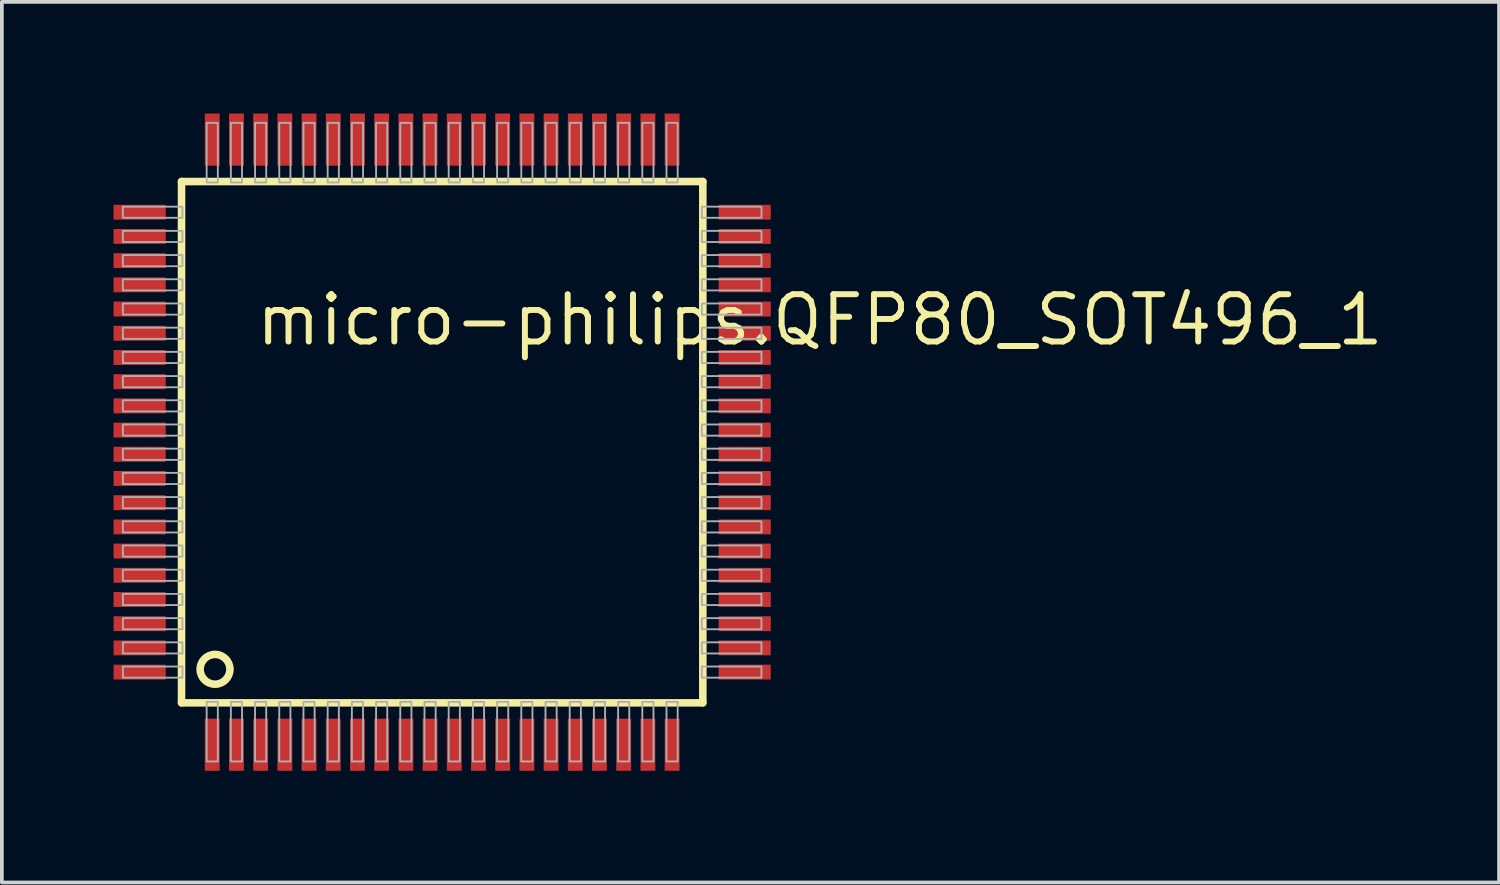
<source format=kicad_pcb>
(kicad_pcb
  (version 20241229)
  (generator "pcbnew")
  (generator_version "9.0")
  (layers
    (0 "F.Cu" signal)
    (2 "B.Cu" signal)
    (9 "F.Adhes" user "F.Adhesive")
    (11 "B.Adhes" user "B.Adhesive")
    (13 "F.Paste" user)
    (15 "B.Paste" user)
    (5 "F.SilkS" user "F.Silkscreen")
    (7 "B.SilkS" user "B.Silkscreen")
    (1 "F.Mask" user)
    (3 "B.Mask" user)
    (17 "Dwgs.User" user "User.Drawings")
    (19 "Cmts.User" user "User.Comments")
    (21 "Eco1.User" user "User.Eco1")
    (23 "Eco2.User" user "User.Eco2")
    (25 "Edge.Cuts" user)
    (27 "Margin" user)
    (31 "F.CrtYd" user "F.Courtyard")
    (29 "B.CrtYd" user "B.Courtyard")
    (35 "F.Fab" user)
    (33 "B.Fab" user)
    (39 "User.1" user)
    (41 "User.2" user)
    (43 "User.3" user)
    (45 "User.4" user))
  (footprint "micro-philips.QFP80_SOT496_1"
    (layer "F.Cu")
    (at 8.825 8.825)
    (property "Reference" "micro-philips.QFP80_SOT496_1" (at -5.08 -2.54 0) (layer "F.SilkS") (effects (font (size 1.27 1.27) (thickness 0.16)) (justify left bottom)))
    (attr smd)
    (fp_line (start -7 -7) (end 7 -7) (stroke (width 0.203) (type default)) (layer "F.SilkS"))
    (fp_line (start -7 7) (end -7 -7) (stroke (width 0.203) (type default)) (layer "F.SilkS"))
    (fp_line (start 7 -7) (end 7 7) (stroke (width 0.203) (type default)) (layer "F.SilkS"))
    (fp_line (start 7 7) (end -7 7) (stroke (width 0.203) (type default)) (layer "F.SilkS"))
    (fp_circle (center -6.1 6.1) (end -5.7 6.1) (stroke (width 0.203) (type default)) (fill no) (layer "F.SilkS"))
    (fp_rect (start -8.575 -6.025) (end -6.975 -6.325) (stroke (width 0.05) (type default)) (fill no) (layer "F.Fab"))
    (fp_rect (start -8.575 -5.375) (end -6.975 -5.675) (stroke (width 0.05) (type default)) (fill no) (layer "F.Fab"))
    (fp_rect (start -8.575 -4.725) (end -6.975 -5.025) (stroke (width 0.05) (type default)) (fill no) (layer "F.Fab"))
    (fp_rect (start -8.575 -4.075) (end -6.975 -4.375) (stroke (width 0.05) (type default)) (fill no) (layer "F.Fab"))
    (fp_rect (start -8.575 -3.425) (end -6.975 -3.725) (stroke (width 0.05) (type default)) (fill no) (layer "F.Fab"))
    (fp_rect (start -8.575 -2.775) (end -6.975 -3.075) (stroke (width 0.05) (type default)) (fill no) (layer "F.Fab"))
    (fp_rect (start -8.575 -2.125) (end -6.975 -2.425) (stroke (width 0.05) (type default)) (fill no) (layer "F.Fab"))
    (fp_rect (start -8.575 -1.475) (end -6.975 -1.775) (stroke (width 0.05) (type default)) (fill no) (layer "F.Fab"))
    (fp_rect (start -8.575 -0.825) (end -6.975 -1.125) (stroke (width 0.05) (type default)) (fill no) (layer "F.Fab"))
    (fp_rect (start -8.575 -0.175) (end -6.975 -0.475) (stroke (width 0.05) (type default)) (fill no) (layer "F.Fab"))
    (fp_rect (start -8.575 0.475) (end -6.975 0.175) (stroke (width 0.05) (type default)) (fill no) (layer "F.Fab"))
    (fp_rect (start -8.575 1.125) (end -6.975 0.825) (stroke (width 0.05) (type default)) (fill no) (layer "F.Fab"))
    (fp_rect (start -8.575 1.775) (end -6.975 1.475) (stroke (width 0.05) (type default)) (fill no) (layer "F.Fab"))
    (fp_rect (start -8.575 2.425) (end -6.975 2.125) (stroke (width 0.05) (type default)) (fill no) (layer "F.Fab"))
    (fp_rect (start -8.575 3.075) (end -6.975 2.775) (stroke (width 0.05) (type default)) (fill no) (layer "F.Fab"))
    (fp_rect (start -8.575 3.725) (end -6.975 3.425) (stroke (width 0.05) (type default)) (fill no) (layer "F.Fab"))
    (fp_rect (start -8.575 4.375) (end -6.975 4.075) (stroke (width 0.05) (type default)) (fill no) (layer "F.Fab"))
    (fp_rect (start -8.575 5.025) (end -6.975 4.725) (stroke (width 0.05) (type default)) (fill no) (layer "F.Fab"))
    (fp_rect (start -8.575 5.675) (end -6.975 5.375) (stroke (width 0.05) (type default)) (fill no) (layer "F.Fab"))
    (fp_rect (start -8.575 6.325) (end -6.975 6.025) (stroke (width 0.05) (type default)) (fill no) (layer "F.Fab"))
    (fp_rect (start -6.325 -6.975) (end -6.025 -8.575) (stroke (width 0.05) (type default)) (fill no) (layer "F.Fab"))
    (fp_rect (start -6.325 8.575) (end -6.025 6.975) (stroke (width 0.05) (type default)) (fill no) (layer "F.Fab"))
    (fp_rect (start -5.675 -6.975) (end -5.375 -8.575) (stroke (width 0.05) (type default)) (fill no) (layer "F.Fab"))
    (fp_rect (start -5.675 8.575) (end -5.375 6.975) (stroke (width 0.05) (type default)) (fill no) (layer "F.Fab"))
    (fp_rect (start -5.025 -6.975) (end -4.725 -8.575) (stroke (width 0.05) (type default)) (fill no) (layer "F.Fab"))
    (fp_rect (start -5.025 8.575) (end -4.725 6.975) (stroke (width 0.05) (type default)) (fill no) (layer "F.Fab"))
    (fp_rect (start -4.375 -6.975) (end -4.075 -8.575) (stroke (width 0.05) (type default)) (fill no) (layer "F.Fab"))
    (fp_rect (start -4.375 8.575) (end -4.075 6.975) (stroke (width 0.05) (type default)) (fill no) (layer "F.Fab"))
    (fp_rect (start -3.725 -6.975) (end -3.425 -8.575) (stroke (width 0.05) (type default)) (fill no) (layer "F.Fab"))
    (fp_rect (start -3.725 8.575) (end -3.425 6.975) (stroke (width 0.05) (type default)) (fill no) (layer "F.Fab"))
    (fp_rect (start -3.075 -6.975) (end -2.775 -8.575) (stroke (width 0.05) (type default)) (fill no) (layer "F.Fab"))
    (fp_rect (start -3.075 8.575) (end -2.775 6.975) (stroke (width 0.05) (type default)) (fill no) (layer "F.Fab"))
    (fp_rect (start -2.425 -6.975) (end -2.125 -8.575) (stroke (width 0.05) (type default)) (fill no) (layer "F.Fab"))
    (fp_rect (start -2.425 8.575) (end -2.125 6.975) (stroke (width 0.05) (type default)) (fill no) (layer "F.Fab"))
    (fp_rect (start -1.775 -6.975) (end -1.475 -8.575) (stroke (width 0.05) (type default)) (fill no) (layer "F.Fab"))
    (fp_rect (start -1.775 8.575) (end -1.475 6.975) (stroke (width 0.05) (type default)) (fill no) (layer "F.Fab"))
    (fp_rect (start -1.125 -6.975) (end -0.825 -8.575) (stroke (width 0.05) (type default)) (fill no) (layer "F.Fab"))
    (fp_rect (start -1.125 8.575) (end -0.825 6.975) (stroke (width 0.05) (type default)) (fill no) (layer "F.Fab"))
    (fp_rect (start -0.475 -6.975) (end -0.175 -8.575) (stroke (width 0.05) (type default)) (fill no) (layer "F.Fab"))
    (fp_rect (start -0.475 8.575) (end -0.175 6.975) (stroke (width 0.05) (type default)) (fill no) (layer "F.Fab"))
    (fp_rect (start 0.175 -6.975) (end 0.475 -8.575) (stroke (width 0.05) (type default)) (fill no) (layer "F.Fab"))
    (fp_rect (start 0.175 8.575) (end 0.475 6.975) (stroke (width 0.05) (type default)) (fill no) (layer "F.Fab"))
    (fp_rect (start 0.825 -6.975) (end 1.125 -8.575) (stroke (width 0.05) (type default)) (fill no) (layer "F.Fab"))
    (fp_rect (start 0.825 8.575) (end 1.125 6.975) (stroke (width 0.05) (type default)) (fill no) (layer "F.Fab"))
    (fp_rect (start 1.475 -6.975) (end 1.775 -8.575) (stroke (width 0.05) (type default)) (fill no) (layer "F.Fab"))
    (fp_rect (start 1.475 8.575) (end 1.775 6.975) (stroke (width 0.05) (type default)) (fill no) (layer "F.Fab"))
    (fp_rect (start 2.125 -6.975) (end 2.425 -8.575) (stroke (width 0.05) (type default)) (fill no) (layer "F.Fab"))
    (fp_rect (start 2.125 8.575) (end 2.425 6.975) (stroke (width 0.05) (type default)) (fill no) (layer "F.Fab"))
    (fp_rect (start 2.775 -6.975) (end 3.075 -8.575) (stroke (width 0.05) (type default)) (fill no) (layer "F.Fab"))
    (fp_rect (start 2.775 8.575) (end 3.075 6.975) (stroke (width 0.05) (type default)) (fill no) (layer "F.Fab"))
    (fp_rect (start 3.425 -6.975) (end 3.725 -8.575) (stroke (width 0.05) (type default)) (fill no) (layer "F.Fab"))
    (fp_rect (start 3.425 8.575) (end 3.725 6.975) (stroke (width 0.05) (type default)) (fill no) (layer "F.Fab"))
    (fp_rect (start 4.075 -6.975) (end 4.375 -8.575) (stroke (width 0.05) (type default)) (fill no) (layer "F.Fab"))
    (fp_rect (start 4.075 8.575) (end 4.375 6.975) (stroke (width 0.05) (type default)) (fill no) (layer "F.Fab"))
    (fp_rect (start 4.725 -6.975) (end 5.025 -8.575) (stroke (width 0.05) (type default)) (fill no) (layer "F.Fab"))
    (fp_rect (start 4.725 8.575) (end 5.025 6.975) (stroke (width 0.05) (type default)) (fill no) (layer "F.Fab"))
    (fp_rect (start 5.375 -6.975) (end 5.675 -8.575) (stroke (width 0.05) (type default)) (fill no) (layer "F.Fab"))
    (fp_rect (start 5.375 8.575) (end 5.675 6.975) (stroke (width 0.05) (type default)) (fill no) (layer "F.Fab"))
    (fp_rect (start 6.025 -6.975) (end 6.325 -8.575) (stroke (width 0.05) (type default)) (fill no) (layer "F.Fab"))
    (fp_rect (start 6.025 8.575) (end 6.325 6.975) (stroke (width 0.05) (type default)) (fill no) (layer "F.Fab"))
    (fp_rect (start 6.975 -6.025) (end 8.575 -6.325) (stroke (width 0.05) (type default)) (fill no) (layer "F.Fab"))
    (fp_rect (start 6.975 -5.375) (end 8.575 -5.675) (stroke (width 0.05) (type default)) (fill no) (layer "F.Fab"))
    (fp_rect (start 6.975 -4.725) (end 8.575 -5.025) (stroke (width 0.05) (type default)) (fill no) (layer "F.Fab"))
    (fp_rect (start 6.975 -4.075) (end 8.575 -4.375) (stroke (width 0.05) (type default)) (fill no) (layer "F.Fab"))
    (fp_rect (start 6.975 -3.425) (end 8.575 -3.725) (stroke (width 0.05) (type default)) (fill no) (layer "F.Fab"))
    (fp_rect (start 6.975 -2.775) (end 8.575 -3.075) (stroke (width 0.05) (type default)) (fill no) (layer "F.Fab"))
    (fp_rect (start 6.975 -2.125) (end 8.575 -2.425) (stroke (width 0.05) (type default)) (fill no) (layer "F.Fab"))
    (fp_rect (start 6.975 -1.475) (end 8.575 -1.775) (stroke (width 0.05) (type default)) (fill no) (layer "F.Fab"))
    (fp_rect (start 6.975 -0.825) (end 8.575 -1.125) (stroke (width 0.05) (type default)) (fill no) (layer "F.Fab"))
    (fp_rect (start 6.975 -0.175) (end 8.575 -0.475) (stroke (width 0.05) (type default)) (fill no) (layer "F.Fab"))
    (fp_rect (start 6.975 0.475) (end 8.575 0.175) (stroke (width 0.05) (type default)) (fill no) (layer "F.Fab"))
    (fp_rect (start 6.975 1.125) (end 8.575 0.825) (stroke (width 0.05) (type default)) (fill no) (layer "F.Fab"))
    (fp_rect (start 6.975 1.775) (end 8.575 1.475) (stroke (width 0.05) (type default)) (fill no) (layer "F.Fab"))
    (fp_rect (start 6.975 2.425) (end 8.575 2.125) (stroke (width 0.05) (type default)) (fill no) (layer "F.Fab"))
    (fp_rect (start 6.975 3.075) (end 8.575 2.775) (stroke (width 0.05) (type default)) (fill no) (layer "F.Fab"))
    (fp_rect (start 6.975 3.725) (end 8.575 3.425) (stroke (width 0.05) (type default)) (fill no) (layer "F.Fab"))
    (fp_rect (start 6.975 4.375) (end 8.575 4.075) (stroke (width 0.05) (type default)) (fill no) (layer "F.Fab"))
    (fp_rect (start 6.975 5.025) (end 8.575 4.725) (stroke (width 0.05) (type default)) (fill no) (layer "F.Fab"))
    (fp_rect (start 6.975 5.675) (end 8.575 5.375) (stroke (width 0.05) (type default)) (fill no) (layer "F.Fab"))
    (fp_rect (start 6.975 6.325) (end 8.575 6.025) (stroke (width 0.05) (type default)) (fill no) (layer "F.Fab"))
    (pad "1" smd roundrect (at -6.175 8.125) (size 0.4 1.4) (layers "F.Cu" "F.Mask" "F.Paste") (roundrect_rratio 0.01))
    (pad "2" smd roundrect (at -5.525 8.125) (size 0.4 1.4) (layers "F.Cu" "F.Mask" "F.Paste") (roundrect_rratio 0.01))
    (pad "3" smd roundrect (at -4.875 8.125) (size 0.4 1.4) (layers "F.Cu" "F.Mask" "F.Paste") (roundrect_rratio 0.01))
    (pad "4" smd roundrect (at -4.225 8.125) (size 0.4 1.4) (layers "F.Cu" "F.Mask" "F.Paste") (roundrect_rratio 0.01))
    (pad "5" smd roundrect (at -3.575 8.125) (size 0.4 1.4) (layers "F.Cu" "F.Mask" "F.Paste") (roundrect_rratio 0.01))
    (pad "6" smd roundrect (at -2.925 8.125) (size 0.4 1.4) (layers "F.Cu" "F.Mask" "F.Paste") (roundrect_rratio 0.01))
    (pad "7" smd roundrect (at -2.275 8.125) (size 0.4 1.4) (layers "F.Cu" "F.Mask" "F.Paste") (roundrect_rratio 0.01))
    (pad "8" smd roundrect (at -1.625 8.125) (size 0.4 1.4) (layers "F.Cu" "F.Mask" "F.Paste") (roundrect_rratio 0.01))
    (pad "9" smd roundrect (at -0.975 8.125) (size 0.4 1.4) (layers "F.Cu" "F.Mask" "F.Paste") (roundrect_rratio 0.01))
    (pad "10" smd roundrect (at -0.325 8.125) (size 0.4 1.4) (layers "F.Cu" "F.Mask" "F.Paste") (roundrect_rratio 0.01))
    (pad "11" smd roundrect (at 0.325 8.125) (size 0.4 1.4) (layers "F.Cu" "F.Mask" "F.Paste") (roundrect_rratio 0.01))
    (pad "12" smd roundrect (at 0.975 8.125) (size 0.4 1.4) (layers "F.Cu" "F.Mask" "F.Paste") (roundrect_rratio 0.01))
    (pad "13" smd roundrect (at 1.625 8.125) (size 0.4 1.4) (layers "F.Cu" "F.Mask" "F.Paste") (roundrect_rratio 0.01))
    (pad "14" smd roundrect (at 2.275 8.125) (size 0.4 1.4) (layers "F.Cu" "F.Mask" "F.Paste") (roundrect_rratio 0.01))
    (pad "15" smd roundrect (at 2.925 8.125) (size 0.4 1.4) (layers "F.Cu" "F.Mask" "F.Paste") (roundrect_rratio 0.01))
    (pad "16" smd roundrect (at 3.575 8.125) (size 0.4 1.4) (layers "F.Cu" "F.Mask" "F.Paste") (roundrect_rratio 0.01))
    (pad "17" smd roundrect (at 4.225 8.125) (size 0.4 1.4) (layers "F.Cu" "F.Mask" "F.Paste") (roundrect_rratio 0.01))
    (pad "18" smd roundrect (at 4.875 8.125) (size 0.4 1.4) (layers "F.Cu" "F.Mask" "F.Paste") (roundrect_rratio 0.01))
    (pad "19" smd roundrect (at 5.525 8.125) (size 0.4 1.4) (layers "F.Cu" "F.Mask" "F.Paste") (roundrect_rratio 0.01))
    (pad "20" smd roundrect (at 6.175 8.125) (size 0.4 1.4) (layers "F.Cu" "F.Mask" "F.Paste") (roundrect_rratio 0.01))
    (pad "21" smd roundrect (at 8.125 6.175) (size 1.4 0.4) (layers "F.Cu" "F.Mask" "F.Paste") (roundrect_rratio 0.01))
    (pad "22" smd roundrect (at 8.125 5.525) (size 1.4 0.4) (layers "F.Cu" "F.Mask" "F.Paste") (roundrect_rratio 0.01))
    (pad "23" smd roundrect (at 8.125 4.875) (size 1.4 0.4) (layers "F.Cu" "F.Mask" "F.Paste") (roundrect_rratio 0.01))
    (pad "24" smd roundrect (at 8.125 4.225) (size 1.4 0.4) (layers "F.Cu" "F.Mask" "F.Paste") (roundrect_rratio 0.01))
    (pad "25" smd roundrect (at 8.125 3.575) (size 1.4 0.4) (layers "F.Cu" "F.Mask" "F.Paste") (roundrect_rratio 0.01))
    (pad "26" smd roundrect (at 8.125 2.925) (size 1.4 0.4) (layers "F.Cu" "F.Mask" "F.Paste") (roundrect_rratio 0.01))
    (pad "27" smd roundrect (at 8.125 2.275) (size 1.4 0.4) (layers "F.Cu" "F.Mask" "F.Paste") (roundrect_rratio 0.01))
    (pad "28" smd roundrect (at 8.125 1.625) (size 1.4 0.4) (layers "F.Cu" "F.Mask" "F.Paste") (roundrect_rratio 0.01))
    (pad "29" smd roundrect (at 8.125 0.975) (size 1.4 0.4) (layers "F.Cu" "F.Mask" "F.Paste") (roundrect_rratio 0.01))
    (pad "30" smd roundrect (at 8.125 0.325) (size 1.4 0.4) (layers "F.Cu" "F.Mask" "F.Paste") (roundrect_rratio 0.01))
    (pad "31" smd roundrect (at 8.125 -0.325) (size 1.4 0.4) (layers "F.Cu" "F.Mask" "F.Paste") (roundrect_rratio 0.01))
    (pad "32" smd roundrect (at 8.125 -0.975) (size 1.4 0.4) (layers "F.Cu" "F.Mask" "F.Paste") (roundrect_rratio 0.01))
    (pad "33" smd roundrect (at 8.125 -1.625) (size 1.4 0.4) (layers "F.Cu" "F.Mask" "F.Paste") (roundrect_rratio 0.01))
    (pad "34" smd roundrect (at 8.125 -2.275) (size 1.4 0.4) (layers "F.Cu" "F.Mask" "F.Paste") (roundrect_rratio 0.01))
    (pad "35" smd roundrect (at 8.125 -2.925) (size 1.4 0.4) (layers "F.Cu" "F.Mask" "F.Paste") (roundrect_rratio 0.01))
    (pad "36" smd roundrect (at 8.125 -3.575) (size 1.4 0.4) (layers "F.Cu" "F.Mask" "F.Paste") (roundrect_rratio 0.01))
    (pad "37" smd roundrect (at 8.125 -4.225) (size 1.4 0.4) (layers "F.Cu" "F.Mask" "F.Paste") (roundrect_rratio 0.01))
    (pad "38" smd roundrect (at 8.125 -4.875) (size 1.4 0.4) (layers "F.Cu" "F.Mask" "F.Paste") (roundrect_rratio 0.01))
    (pad "39" smd roundrect (at 8.125 -5.525) (size 1.4 0.4) (layers "F.Cu" "F.Mask" "F.Paste") (roundrect_rratio 0.01))
    (pad "40" smd roundrect (at 8.125 -6.175) (size 1.4 0.4) (layers "F.Cu" "F.Mask" "F.Paste") (roundrect_rratio 0.01))
    (pad "41" smd roundrect (at 6.175 -8.125) (size 0.4 1.4) (layers "F.Cu" "F.Mask" "F.Paste") (roundrect_rratio 0.01))
    (pad "42" smd roundrect (at 5.525 -8.125) (size 0.4 1.4) (layers "F.Cu" "F.Mask" "F.Paste") (roundrect_rratio 0.01))
    (pad "43" smd roundrect (at 4.875 -8.125) (size 0.4 1.4) (layers "F.Cu" "F.Mask" "F.Paste") (roundrect_rratio 0.01))
    (pad "44" smd roundrect (at 4.225 -8.125) (size 0.4 1.4) (layers "F.Cu" "F.Mask" "F.Paste") (roundrect_rratio 0.01))
    (pad "45" smd roundrect (at 3.575 -8.125) (size 0.4 1.4) (layers "F.Cu" "F.Mask" "F.Paste") (roundrect_rratio 0.01))
    (pad "46" smd roundrect (at 2.925 -8.125) (size 0.4 1.4) (layers "F.Cu" "F.Mask" "F.Paste") (roundrect_rratio 0.01))
    (pad "47" smd roundrect (at 2.275 -8.125) (size 0.4 1.4) (layers "F.Cu" "F.Mask" "F.Paste") (roundrect_rratio 0.01))
    (pad "48" smd roundrect (at 1.625 -8.125) (size 0.4 1.4) (layers "F.Cu" "F.Mask" "F.Paste") (roundrect_rratio 0.01))
    (pad "49" smd roundrect (at 0.975 -8.125) (size 0.4 1.4) (layers "F.Cu" "F.Mask" "F.Paste") (roundrect_rratio 0.01))
    (pad "50" smd roundrect (at 0.325 -8.125) (size 0.4 1.4) (layers "F.Cu" "F.Mask" "F.Paste") (roundrect_rratio 0.01))
    (pad "51" smd roundrect (at -0.325 -8.125) (size 0.4 1.4) (layers "F.Cu" "F.Mask" "F.Paste") (roundrect_rratio 0.01))
    (pad "52" smd roundrect (at -0.975 -8.125) (size 0.4 1.4) (layers "F.Cu" "F.Mask" "F.Paste") (roundrect_rratio 0.01))
    (pad "53" smd roundrect (at -1.625 -8.125) (size 0.4 1.4) (layers "F.Cu" "F.Mask" "F.Paste") (roundrect_rratio 0.01))
    (pad "54" smd roundrect (at -2.275 -8.125) (size 0.4 1.4) (layers "F.Cu" "F.Mask" "F.Paste") (roundrect_rratio 0.01))
    (pad "55" smd roundrect (at -2.925 -8.125) (size 0.4 1.4) (layers "F.Cu" "F.Mask" "F.Paste") (roundrect_rratio 0.01))
    (pad "56" smd roundrect (at -3.575 -8.125) (size 0.4 1.4) (layers "F.Cu" "F.Mask" "F.Paste") (roundrect_rratio 0.01))
    (pad "57" smd roundrect (at -4.225 -8.125) (size 0.4 1.4) (layers "F.Cu" "F.Mask" "F.Paste") (roundrect_rratio 0.01))
    (pad "58" smd roundrect (at -4.875 -8.125) (size 0.4 1.4) (layers "F.Cu" "F.Mask" "F.Paste") (roundrect_rratio 0.01))
    (pad "59" smd roundrect (at -5.525 -8.125) (size 0.4 1.4) (layers "F.Cu" "F.Mask" "F.Paste") (roundrect_rratio 0.01))
    (pad "60" smd roundrect (at -6.175 -8.125) (size 0.4 1.4) (layers "F.Cu" "F.Mask" "F.Paste") (roundrect_rratio 0.01))
    (pad "61" smd roundrect (at -8.125 -6.175) (size 1.4 0.4) (layers "F.Cu" "F.Mask" "F.Paste") (roundrect_rratio 0.01))
    (pad "62" smd roundrect (at -8.125 -5.525) (size 1.4 0.4) (layers "F.Cu" "F.Mask" "F.Paste") (roundrect_rratio 0.01))
    (pad "63" smd roundrect (at -8.125 -4.875) (size 1.4 0.4) (layers "F.Cu" "F.Mask" "F.Paste") (roundrect_rratio 0.01))
    (pad "64" smd roundrect (at -8.125 -4.225) (size 1.4 0.4) (layers "F.Cu" "F.Mask" "F.Paste") (roundrect_rratio 0.01))
    (pad "65" smd roundrect (at -8.125 -3.575) (size 1.4 0.4) (layers "F.Cu" "F.Mask" "F.Paste") (roundrect_rratio 0.01))
    (pad "66" smd roundrect (at -8.125 -2.925) (size 1.4 0.4) (layers "F.Cu" "F.Mask" "F.Paste") (roundrect_rratio 0.01))
    (pad "67" smd roundrect (at -8.125 -2.275) (size 1.4 0.4) (layers "F.Cu" "F.Mask" "F.Paste") (roundrect_rratio 0.01))
    (pad "68" smd roundrect (at -8.125 -1.625) (size 1.4 0.4) (layers "F.Cu" "F.Mask" "F.Paste") (roundrect_rratio 0.01))
    (pad "69" smd roundrect (at -8.125 -0.975) (size 1.4 0.4) (layers "F.Cu" "F.Mask" "F.Paste") (roundrect_rratio 0.01))
    (pad "70" smd roundrect (at -8.125 -0.325) (size 1.4 0.4) (layers "F.Cu" "F.Mask" "F.Paste") (roundrect_rratio 0.01))
    (pad "71" smd roundrect (at -8.125 0.325) (size 1.4 0.4) (layers "F.Cu" "F.Mask" "F.Paste") (roundrect_rratio 0.01))
    (pad "72" smd roundrect (at -8.125 0.975) (size 1.4 0.4) (layers "F.Cu" "F.Mask" "F.Paste") (roundrect_rratio 0.01))
    (pad "73" smd roundrect (at -8.125 1.625) (size 1.4 0.4) (layers "F.Cu" "F.Mask" "F.Paste") (roundrect_rratio 0.01))
    (pad "74" smd roundrect (at -8.125 2.275) (size 1.4 0.4) (layers "F.Cu" "F.Mask" "F.Paste") (roundrect_rratio 0.01))
    (pad "75" smd roundrect (at -8.125 2.925) (size 1.4 0.4) (layers "F.Cu" "F.Mask" "F.Paste") (roundrect_rratio 0.01))
    (pad "76" smd roundrect (at -8.125 3.575) (size 1.4 0.4) (layers "F.Cu" "F.Mask" "F.Paste") (roundrect_rratio 0.01))
    (pad "77" smd roundrect (at -8.125 4.225) (size 1.4 0.4) (layers "F.Cu" "F.Mask" "F.Paste") (roundrect_rratio 0.01))
    (pad "78" smd roundrect (at -8.125 4.875) (size 1.4 0.4) (layers "F.Cu" "F.Mask" "F.Paste") (roundrect_rratio 0.01))
    (pad "79" smd roundrect (at -8.125 5.525) (size 1.4 0.4) (layers "F.Cu" "F.Mask" "F.Paste") (roundrect_rratio 0.01))
    (pad "80" smd roundrect (at -8.125 6.175) (size 1.4 0.4) (layers "F.Cu" "F.Mask" "F.Paste") (roundrect_rratio 0.01)))
  (gr_rect
    (start -3 -3)
    (end 37.209 20.65)
    (stroke (width 0.1) (type default))
    (fill no)
    (layer "Edge.Cuts")))
</source>
